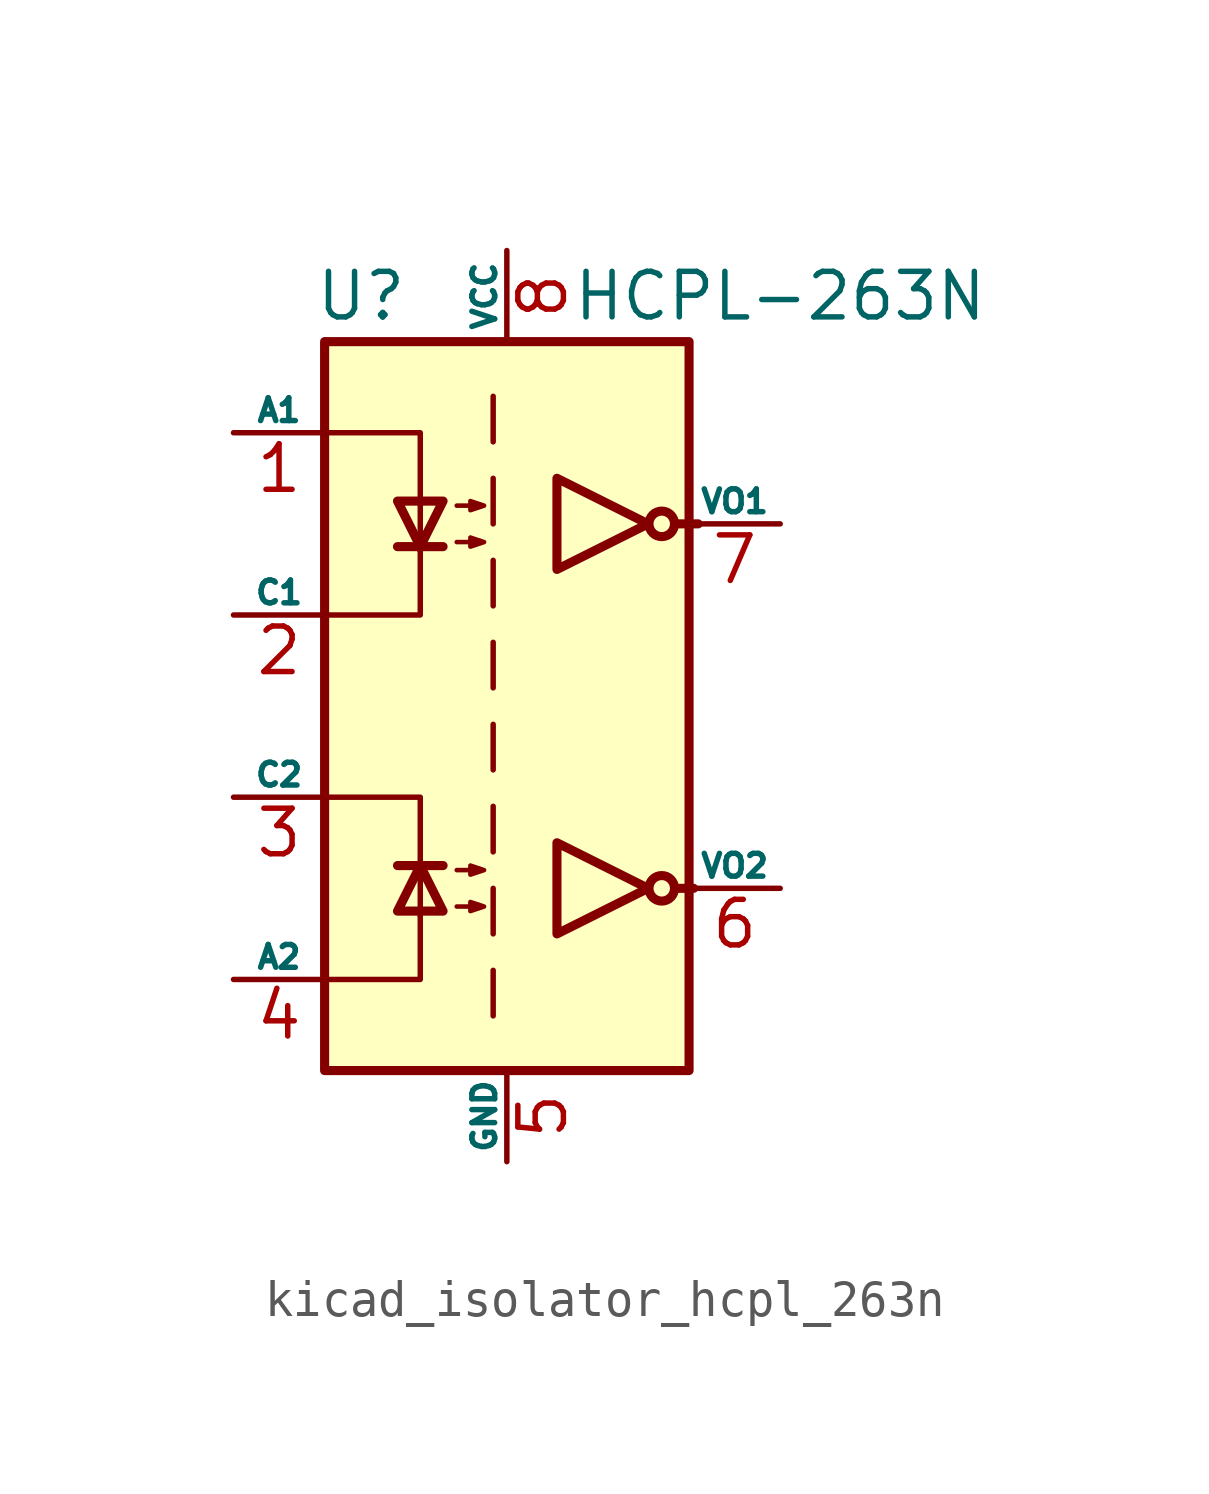
<source format=kicad_sym>
(kicad_symbol_lib
  (version 20220914)
  (generator kicad_symbol_editor)
  (symbol "kicad_isolator_hcpl_263n"
    (pin_names
      (offset 0))
    (property "Reference" "U"
      (at -4.064 11.43 0)
      (effects (font (size 1.27 1.27))))
    (property "Value" "HCPL-263N"
      (at 7.62 11.43 0)
      (effects (font (size 1.27 1.27))))
    (symbol "kicad_isolator_hcpl_263n_1_1"
      (rectangle (start -5.08 10.16) (end 5.08 -10.16) (stroke (width 0.254) (type default)) (fill (type background)))
      (polyline (pts (xy -3.048 -4.445) (xy -1.778 -4.445)) (stroke (width 0.254) (type default)) (fill (type none)))
      (polyline (pts (xy -3.048 4.445) (xy -1.778 4.445)) (stroke (width 0.254) (type default)) (fill (type none)))
      (polyline (pts (xy -0.381 -7.366) (xy -0.381 -8.636)) (stroke (width 0) (type default)) (fill (type none)))
      (polyline (pts (xy -0.381 -5.08) (xy -0.381 -6.35)) (stroke (width 0) (type default)) (fill (type none)))
      (polyline (pts (xy -0.381 -2.794) (xy -0.381 -4.064)) (stroke (width 0) (type default)) (fill (type none)))
      (polyline (pts (xy -0.381 -0.508) (xy -0.381 -1.778)) (stroke (width 0) (type default)) (fill (type none)))
      (polyline (pts (xy -0.381 1.778) (xy -0.381 0.508)) (stroke (width 0) (type default)) (fill (type none)))
      (polyline (pts (xy -0.381 4.064) (xy -0.381 2.794)) (stroke (width 0) (type default)) (fill (type none)))
      (polyline (pts (xy -0.381 6.35) (xy -0.381 5.08)) (stroke (width 0) (type default)) (fill (type none)))
      (polyline (pts (xy -0.381 8.636) (xy -0.381 7.366)) (stroke (width 0) (type default)) (fill (type none)))
      (polyline (pts (xy 4.699 -5.08) (xy 5.207 -5.08)) (stroke (width 0.254) (type default)) (fill (type none)))
      (polyline (pts (xy 4.699 5.08) (xy 5.334 5.08)) (stroke (width 0.254) (type default)) (fill (type none)))
      (polyline (pts (xy -4.953 -7.62) (xy -2.413 -7.62) (xy -2.413 -5.715)) (stroke (width 0) (type default)) (fill (type none)))
      (polyline (pts (xy -4.953 7.62) (xy -2.413 7.62) (xy -2.413 4.318)) (stroke (width 0) (type default)) (fill (type none)))
      (polyline (pts (xy -2.413 -5.842) (xy -2.413 -2.54) (xy -4.953 -2.54)) (stroke (width 0) (type default)) (fill (type none)))
      (polyline (pts (xy -2.413 4.445) (xy -2.413 2.54) (xy -4.953 2.54)) (stroke (width 0) (type default)) (fill (type none)))
      (polyline (pts (xy -2.413 -4.445) (xy -3.048 -5.715) (xy -1.778 -5.715) (xy -2.413 -4.445)) (stroke (width 0.254) (type default)) (fill (type none)))
      (polyline (pts (xy -2.413 4.445) (xy -3.048 5.715) (xy -1.778 5.715) (xy -2.413 4.445)) (stroke (width 0.254) (type default)) (fill (type none)))
      (polyline (pts (xy 3.937 -5.08) (xy 1.397 -3.81) (xy 1.397 -6.35) (xy 3.937 -5.08)) (stroke (width 0.254) (type default)) (fill (type none)))
      (polyline (pts (xy 3.937 5.08) (xy 1.397 6.35) (xy 1.397 3.81) (xy 3.937 5.08)) (stroke (width 0.254) (type default)) (fill (type none)))
      (polyline (pts (xy -1.397 -5.588) (xy -0.635 -5.588) (xy -1.016 -5.715) (xy -1.016 -5.461) (xy -0.635 -5.588)) (stroke (width 0.127) (type default)) (fill (type none)))
      (polyline (pts (xy -1.397 -4.572) (xy -0.635 -4.572) (xy -1.016 -4.699) (xy -1.016 -4.445) (xy -0.635 -4.572)) (stroke (width 0.127) (type default)) (fill (type none)))
      (polyline (pts (xy -1.397 4.572) (xy -0.635 4.572) (xy -1.016 4.445) (xy -1.016 4.699) (xy -0.635 4.572)) (stroke (width 0.127) (type default)) (fill (type none)))
      (polyline (pts (xy -1.397 5.588) (xy -0.635 5.588) (xy -1.016 5.461) (xy -1.016 5.715) (xy -0.635 5.588)) (stroke (width 0.127) (type default)) (fill (type none)))
      (circle (center 4.318 -5.08) (radius 0.356) (stroke (width 0.254) (type default)) (fill (type none)))
      (circle (center 4.318 5.08) (radius 0.356) (stroke (width 0.254) (type default)) (fill (type none)))
      (pin passive line (at -7.62 7.62 0) (length 2.54) (name "A1" (effects (font (size 0.635 0.635)))) (number "1" (effects (font (size 1.27 1.27)))))
      (pin passive line (at -7.62 2.54 0) (length 2.54) (name "C1" (effects (font (size 0.635 0.635)))) (number "2" (effects (font (size 1.27 1.27)))))
      (pin passive line (at -7.62 -2.54 0) (length 2.54) (name "C2" (effects (font (size 0.635 0.635)))) (number "3" (effects (font (size 1.27 1.27)))))
      (pin passive line (at -7.62 -7.62 0) (length 2.54) (name "A2" (effects (font (size 0.635 0.635)))) (number "4" (effects (font (size 1.27 1.27)))))
      (pin power_in line (at 0 -12.7 90) (length 2.54) (name "GND" (effects (font (size 0.635 0.635)))) (number "5" (effects (font (size 1.27 1.27)))))
      (pin open_collector line (at 7.62 -5.08 180) (length 2.54) (name "VO2" (effects (font (size 0.635 0.635)))) (number "6" (effects (font (size 1.27 1.27)))))
      (pin open_collector line (at 7.62 5.08 180) (length 2.54) (name "VO1" (effects (font (size 0.635 0.635)))) (number "7" (effects (font (size 1.27 1.27)))))
      (pin power_in line (at 0 12.7 270) (length 2.54) (name "VCC" (effects (font (size 0.635 0.635)))) (number "8" (effects (font (size 1.27 1.27))))))))
</source>
